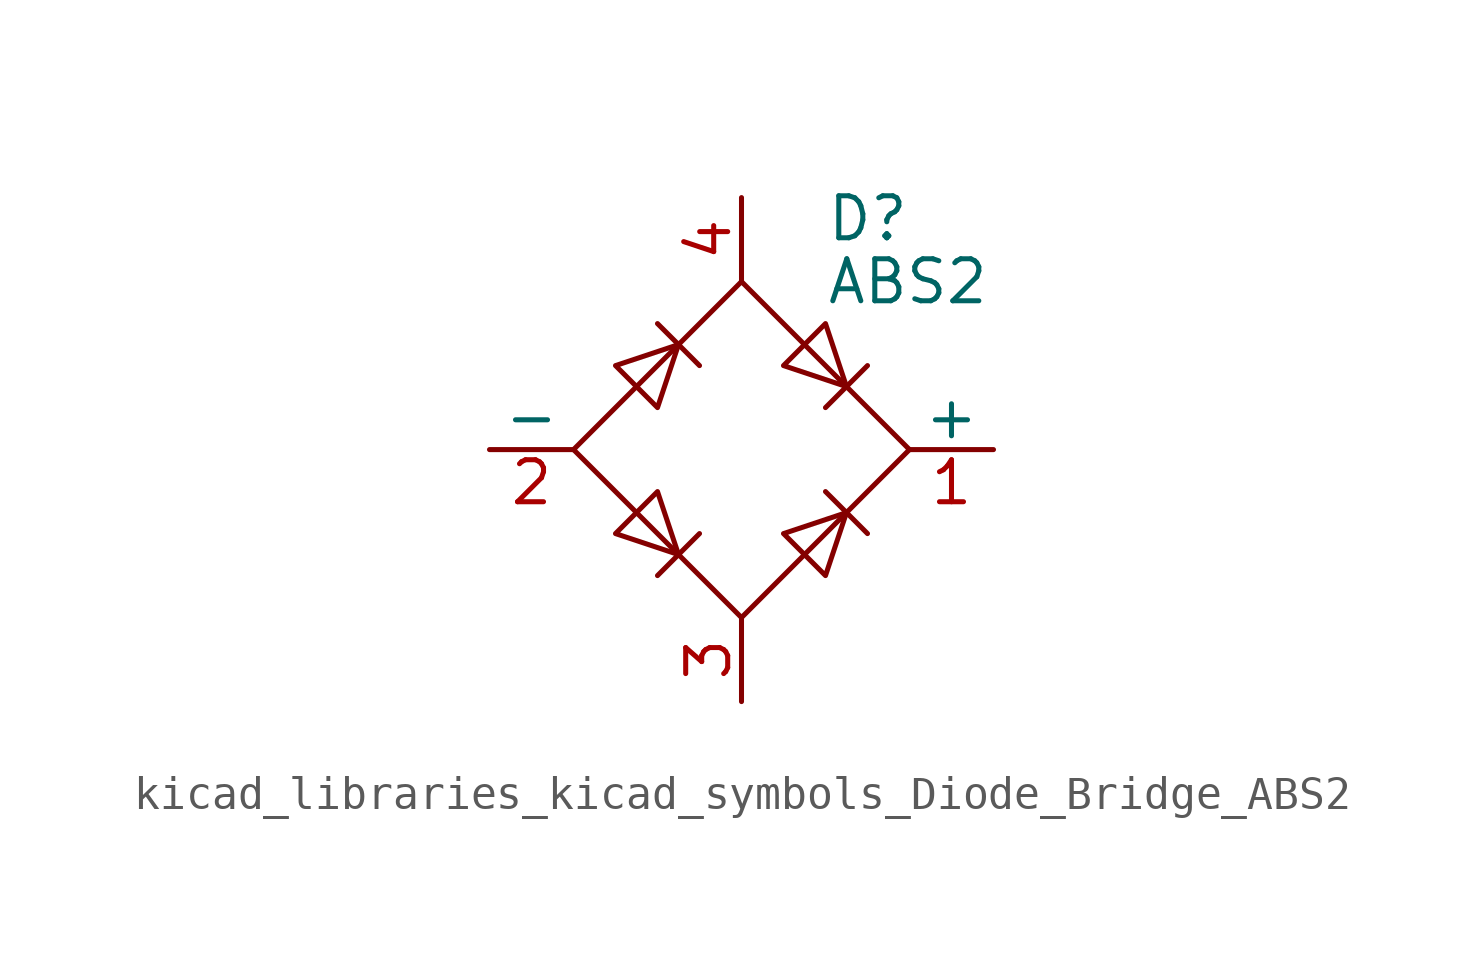
<source format=kicad_sym>
(kicad_symbol_lib
  (version 20220914)
  (generator kicad_symbol_editor)
  (symbol "kicad_libraries_kicad_symbols_Diode_Bridge_ABS2"
    (pin_names
      (offset 0))
    (property "Reference" "D"
      (at 2.54 6.985 0)
      (effects (font (size 1.27 1.27)) (justify left)))
    (property "Value" "ABS2"
      (at 2.54 5.08 0)
      (effects (font (size 1.27 1.27)) (justify left)))
    (symbol "kicad_libraries_kicad_symbols_Diode_Bridge_ABS2_0_1"
      (polyline (pts (xy -2.54 3.81) (xy -1.27 2.54)) (stroke (width 0) (type default)) (fill (type none)))
      (polyline (pts (xy -1.27 -2.54) (xy -2.54 -3.81)) (stroke (width 0) (type default)) (fill (type none)))
      (polyline (pts (xy 2.54 -1.27) (xy 3.81 -2.54)) (stroke (width 0) (type default)) (fill (type none)))
      (polyline (pts (xy 2.54 1.27) (xy 3.81 2.54)) (stroke (width 0) (type default)) (fill (type none)))
      (polyline (pts (xy -3.81 2.54) (xy -2.54 1.27) (xy -1.905 3.175) (xy -3.81 2.54)) (stroke (width 0) (type default)) (fill (type none)))
      (polyline (pts (xy -2.54 -1.27) (xy -3.81 -2.54) (xy -1.905 -3.175) (xy -2.54 -1.27)) (stroke (width 0) (type default)) (fill (type none)))
      (polyline (pts (xy 1.27 2.54) (xy 2.54 3.81) (xy 3.175 1.905) (xy 1.27 2.54)) (stroke (width 0) (type default)) (fill (type none)))
      (polyline (pts (xy 3.175 -1.905) (xy 1.27 -2.54) (xy 2.54 -3.81) (xy 3.175 -1.905)) (stroke (width 0) (type default)) (fill (type none)))
      (polyline (pts (xy -5.08 0) (xy 0 -5.08) (xy 5.08 0) (xy 0 5.08) (xy -5.08 0)) (stroke (width 0) (type default)) (fill (type none))))
    (symbol "kicad_libraries_kicad_symbols_Diode_Bridge_ABS2_1_1"
      (pin passive line (at 7.62 0 180) (length 2.54) (name "+" (effects (font (size 1.27 1.27)))) (number "1" (effects (font (size 1.27 1.27)))))
      (pin passive line (at -7.62 0 0) (length 2.54) (name "-" (effects (font (size 1.27 1.27)))) (number "2" (effects (font (size 1.27 1.27)))))
      (pin passive line (at 0 -7.62 90) (length 2.54) (name "~" (effects (font (size 1.27 1.27)))) (number "3" (effects (font (size 1.27 1.27)))))
      (pin passive line (at 0 7.62 270) (length 2.54) (name "~" (effects (font (size 1.27 1.27)))) (number "4" (effects (font (size 1.27 1.27))))))))
</source>
